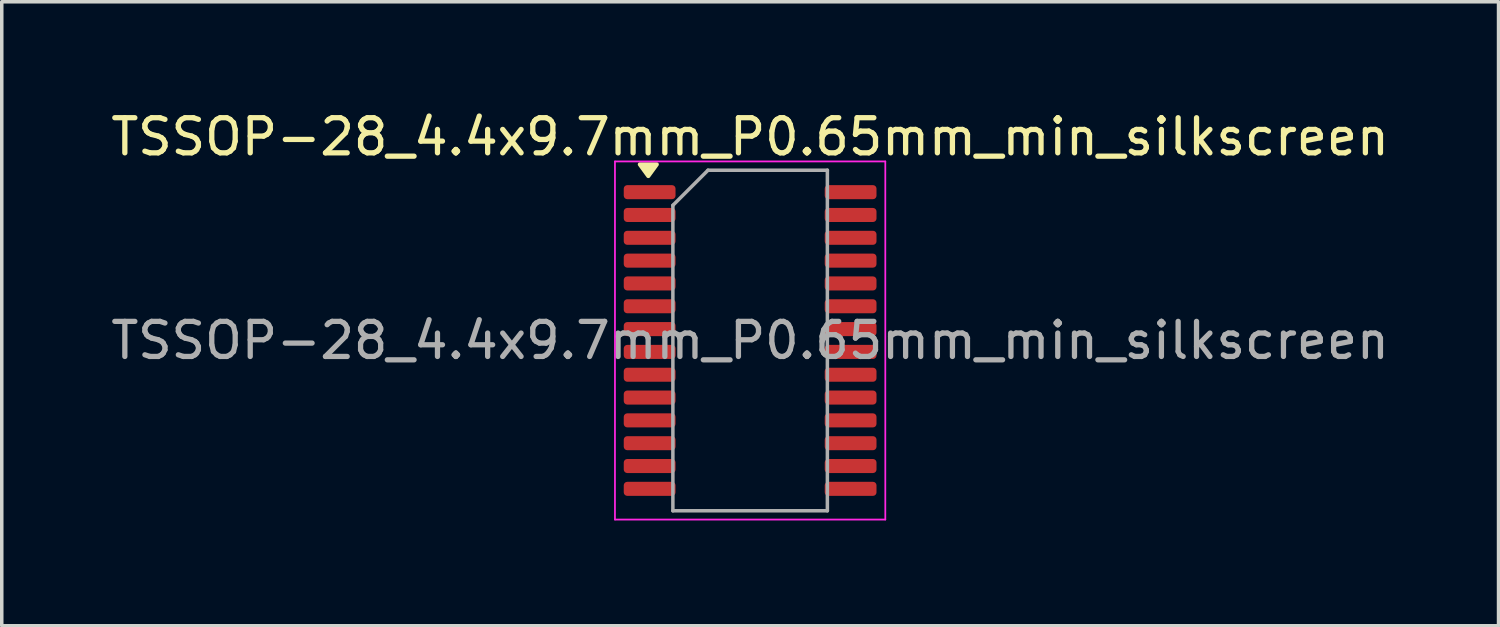
<source format=kicad_pcb>
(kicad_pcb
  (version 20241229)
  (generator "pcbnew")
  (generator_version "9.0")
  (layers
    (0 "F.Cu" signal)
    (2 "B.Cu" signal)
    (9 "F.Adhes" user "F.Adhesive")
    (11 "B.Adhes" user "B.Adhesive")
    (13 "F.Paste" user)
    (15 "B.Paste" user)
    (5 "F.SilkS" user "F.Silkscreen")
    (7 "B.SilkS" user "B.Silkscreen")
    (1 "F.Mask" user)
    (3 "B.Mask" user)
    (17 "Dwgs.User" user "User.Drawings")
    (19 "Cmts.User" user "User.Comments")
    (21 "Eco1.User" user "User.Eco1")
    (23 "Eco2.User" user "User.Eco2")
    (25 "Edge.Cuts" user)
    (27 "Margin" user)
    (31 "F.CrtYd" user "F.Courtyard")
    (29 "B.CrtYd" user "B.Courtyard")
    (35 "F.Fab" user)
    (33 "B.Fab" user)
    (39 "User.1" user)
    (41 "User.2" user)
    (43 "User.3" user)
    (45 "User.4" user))
  (footprint "TSSOP-28_4.4x9.7mm_P0.65mm_min_silkscreen"
    (layer "F.Cu")
    (at 18.315 6.648)
    (property "Reference" "TSSOP-28_4.4x9.7mm_P0.65mm_min_silkscreen" (at 0 -5.8 0) (layer "F.SilkS") (effects (font (size 1 1) (thickness 0.15))))
    (attr smd)
    (fp_poly (pts (xy -2.9 -4.685) (xy -3.14 -5.015) (xy -2.66 -5.015) (xy -2.9 -4.685)) (stroke (width 0.12) (type solid)) (fill yes) (layer "F.SilkS"))
    (fp_line (start -3.85 -5.1) (end -3.85 5.1) (stroke (width 0.05) (type solid)) (layer "F.CrtYd"))
    (fp_line (start -3.85 5.1) (end 3.85 5.1) (stroke (width 0.05) (type solid)) (layer "F.CrtYd"))
    (fp_line (start 3.85 -5.1) (end -3.85 -5.1) (stroke (width 0.05) (type solid)) (layer "F.CrtYd"))
    (fp_line (start 3.85 5.1) (end 3.85 -5.1) (stroke (width 0.05) (type solid)) (layer "F.CrtYd"))
    (fp_line (start -2.2 -3.85) (end -1.2 -4.85) (stroke (width 0.1) (type solid)) (layer "F.Fab"))
    (fp_line (start -2.2 4.85) (end -2.2 -3.85) (stroke (width 0.1) (type solid)) (layer "F.Fab"))
    (fp_line (start -1.2 -4.85) (end 2.2 -4.85) (stroke (width 0.1) (type solid)) (layer "F.Fab"))
    (fp_line (start 2.2 -4.85) (end 2.2 4.85) (stroke (width 0.1) (type solid)) (layer "F.Fab"))
    (fp_line (start 2.2 4.85) (end -2.2 4.85) (stroke (width 0.1) (type solid)) (layer "F.Fab"))
    (fp_text user "${REFERENCE}" (at 0 0 0) (layer "F.Fab") (effects (font (size 1 1) (thickness 0.15))))
    (pad "1" smd roundrect (at -2.862 -4.225) (size 1.475 0.4) (layers "F.Cu" "F.Mask" "F.Paste") (roundrect_rratio 0.25))
    (pad "2" smd roundrect (at -2.862 -3.575) (size 1.475 0.4) (layers "F.Cu" "F.Mask" "F.Paste") (roundrect_rratio 0.25))
    (pad "3" smd roundrect (at -2.862 -2.925) (size 1.475 0.4) (layers "F.Cu" "F.Mask" "F.Paste") (roundrect_rratio 0.25))
    (pad "4" smd roundrect (at -2.862 -2.275) (size 1.475 0.4) (layers "F.Cu" "F.Mask" "F.Paste") (roundrect_rratio 0.25))
    (pad "5" smd roundrect (at -2.862 -1.625) (size 1.475 0.4) (layers "F.Cu" "F.Mask" "F.Paste") (roundrect_rratio 0.25))
    (pad "6" smd roundrect (at -2.862 -0.975) (size 1.475 0.4) (layers "F.Cu" "F.Mask" "F.Paste") (roundrect_rratio 0.25))
    (pad "7" smd roundrect (at -2.862 -0.325) (size 1.475 0.4) (layers "F.Cu" "F.Mask" "F.Paste") (roundrect_rratio 0.25))
    (pad "8" smd roundrect (at -2.862 0.325) (size 1.475 0.4) (layers "F.Cu" "F.Mask" "F.Paste") (roundrect_rratio 0.25))
    (pad "9" smd roundrect (at -2.862 0.975) (size 1.475 0.4) (layers "F.Cu" "F.Mask" "F.Paste") (roundrect_rratio 0.25))
    (pad "10" smd roundrect (at -2.862 1.625) (size 1.475 0.4) (layers "F.Cu" "F.Mask" "F.Paste") (roundrect_rratio 0.25))
    (pad "11" smd roundrect (at -2.862 2.275) (size 1.475 0.4) (layers "F.Cu" "F.Mask" "F.Paste") (roundrect_rratio 0.25))
    (pad "12" smd roundrect (at -2.862 2.925) (size 1.475 0.4) (layers "F.Cu" "F.Mask" "F.Paste") (roundrect_rratio 0.25))
    (pad "13" smd roundrect (at -2.862 3.575) (size 1.475 0.4) (layers "F.Cu" "F.Mask" "F.Paste") (roundrect_rratio 0.25))
    (pad "14" smd roundrect (at -2.862 4.225) (size 1.475 0.4) (layers "F.Cu" "F.Mask" "F.Paste") (roundrect_rratio 0.25))
    (pad "15" smd roundrect (at 2.862 4.225) (size 1.475 0.4) (layers "F.Cu" "F.Mask" "F.Paste") (roundrect_rratio 0.25))
    (pad "16" smd roundrect (at 2.862 3.575) (size 1.475 0.4) (layers "F.Cu" "F.Mask" "F.Paste") (roundrect_rratio 0.25))
    (pad "17" smd roundrect (at 2.862 2.925) (size 1.475 0.4) (layers "F.Cu" "F.Mask" "F.Paste") (roundrect_rratio 0.25))
    (pad "18" smd roundrect (at 2.862 2.275) (size 1.475 0.4) (layers "F.Cu" "F.Mask" "F.Paste") (roundrect_rratio 0.25))
    (pad "19" smd roundrect (at 2.862 1.625) (size 1.475 0.4) (layers "F.Cu" "F.Mask" "F.Paste") (roundrect_rratio 0.25))
    (pad "20" smd roundrect (at 2.862 0.975) (size 1.475 0.4) (layers "F.Cu" "F.Mask" "F.Paste") (roundrect_rratio 0.25))
    (pad "21" smd roundrect (at 2.862 0.325) (size 1.475 0.4) (layers "F.Cu" "F.Mask" "F.Paste") (roundrect_rratio 0.25))
    (pad "22" smd roundrect (at 2.862 -0.325) (size 1.475 0.4) (layers "F.Cu" "F.Mask" "F.Paste") (roundrect_rratio 0.25))
    (pad "23" smd roundrect (at 2.862 -0.975) (size 1.475 0.4) (layers "F.Cu" "F.Mask" "F.Paste") (roundrect_rratio 0.25))
    (pad "24" smd roundrect (at 2.862 -1.625) (size 1.475 0.4) (layers "F.Cu" "F.Mask" "F.Paste") (roundrect_rratio 0.25))
    (pad "25" smd roundrect (at 2.862 -2.275) (size 1.475 0.4) (layers "F.Cu" "F.Mask" "F.Paste") (roundrect_rratio 0.25))
    (pad "26" smd roundrect (at 2.862 -2.925) (size 1.475 0.4) (layers "F.Cu" "F.Mask" "F.Paste") (roundrect_rratio 0.25))
    (pad "27" smd roundrect (at 2.862 -3.575) (size 1.475 0.4) (layers "F.Cu" "F.Mask" "F.Paste") (roundrect_rratio 0.25))
    (pad "28" smd roundrect (at 2.862 -4.225) (size 1.475 0.4) (layers "F.Cu" "F.Mask" "F.Paste") (roundrect_rratio 0.25)))
  (gr_rect
    (start -3 -3)
    (end 39.631 14.773)
    (stroke (width 0.1) (type default))
    (fill no)
    (layer "Edge.Cuts")))
</source>
